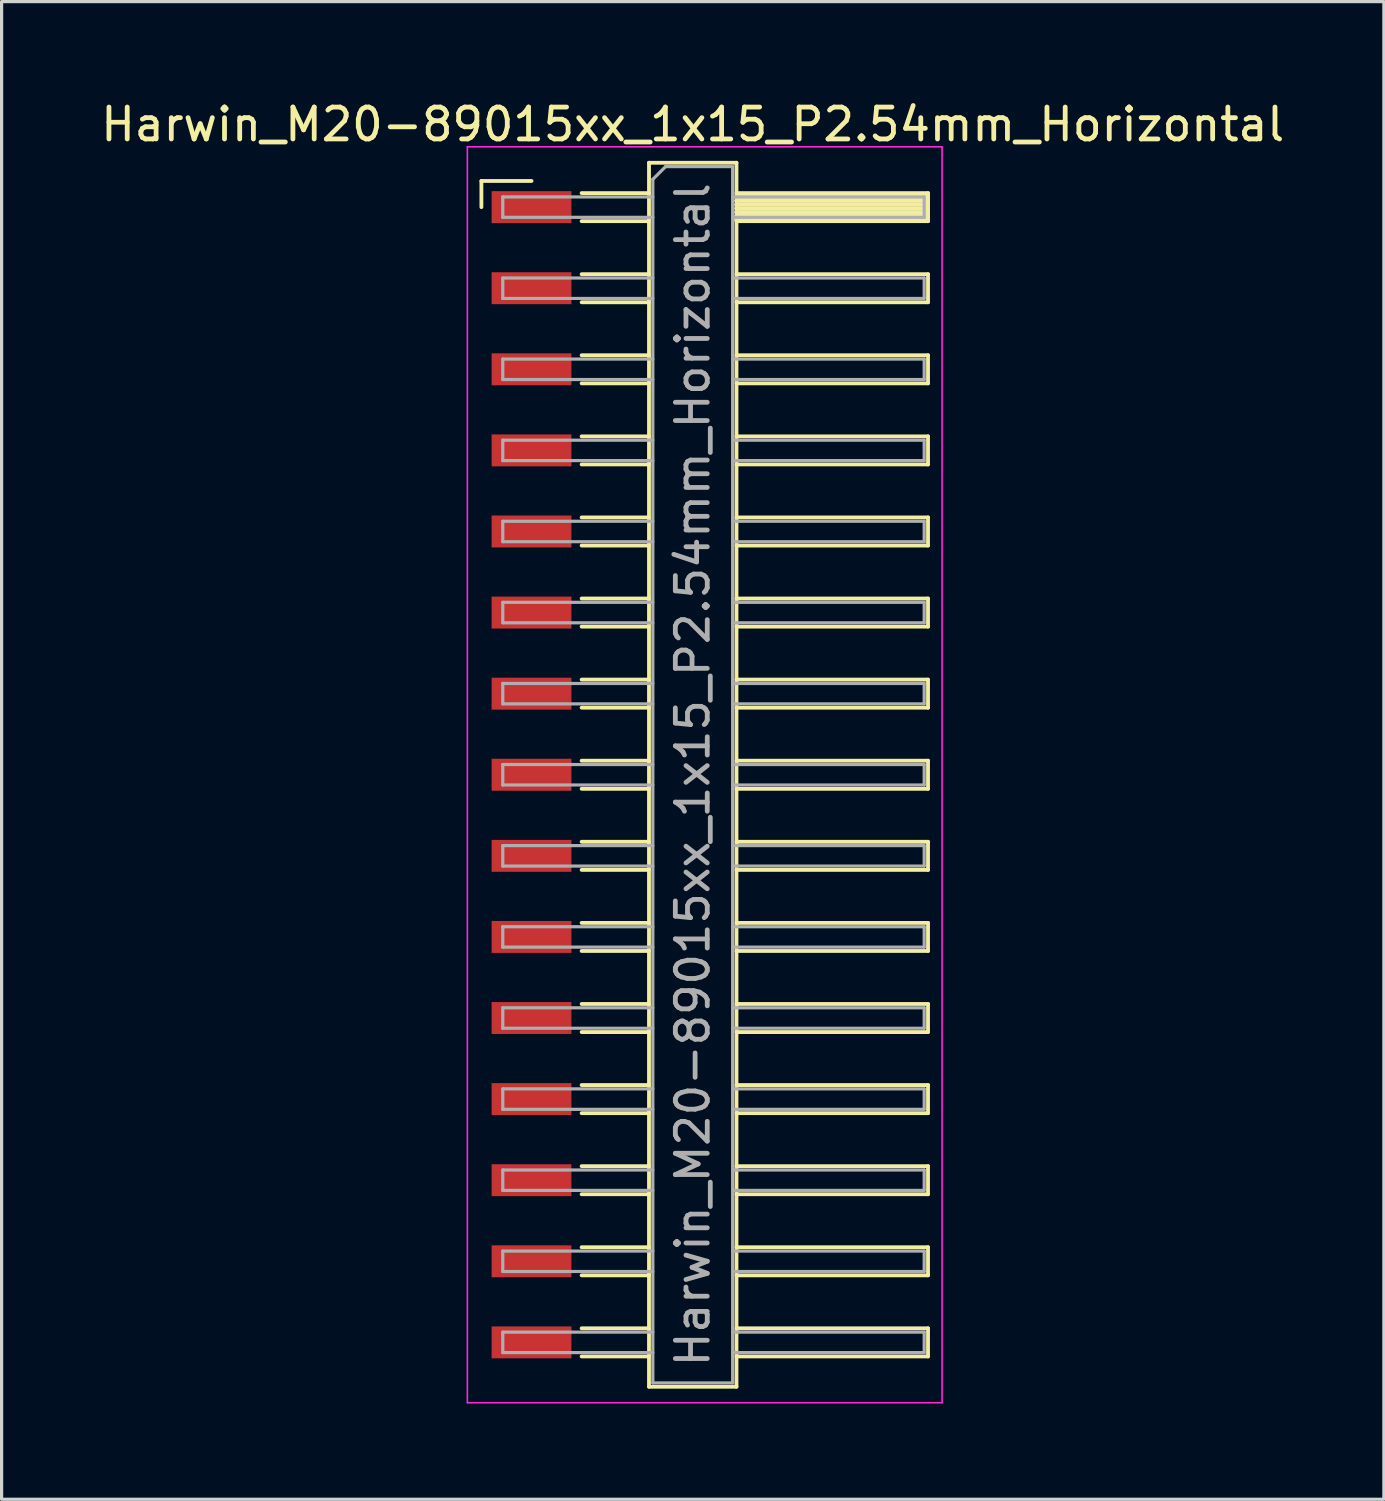
<source format=kicad_pcb>
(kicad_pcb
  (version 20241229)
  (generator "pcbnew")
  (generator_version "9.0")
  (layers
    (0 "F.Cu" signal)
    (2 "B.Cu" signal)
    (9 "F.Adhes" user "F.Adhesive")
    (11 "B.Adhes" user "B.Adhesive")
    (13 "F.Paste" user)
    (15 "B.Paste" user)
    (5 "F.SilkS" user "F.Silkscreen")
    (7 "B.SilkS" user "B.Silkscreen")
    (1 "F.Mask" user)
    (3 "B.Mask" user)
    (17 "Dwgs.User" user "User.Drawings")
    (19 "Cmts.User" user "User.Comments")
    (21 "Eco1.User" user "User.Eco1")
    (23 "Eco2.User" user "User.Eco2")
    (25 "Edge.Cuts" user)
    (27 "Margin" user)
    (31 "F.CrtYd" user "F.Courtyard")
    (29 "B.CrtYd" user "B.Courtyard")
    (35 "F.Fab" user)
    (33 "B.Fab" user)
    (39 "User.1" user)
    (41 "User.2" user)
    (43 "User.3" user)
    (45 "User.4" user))
  (footprint "Harwin_M20-89015xx_1x15_P2.54mm_Horizontal"
    (layer "F.Cu")
    (at 13.599 3.438)
    (property "Reference" "Harwin_M20-89015xx_1x15_P2.54mm_Horizontal" (at 5.05 -2.59 0) (layer "F.SilkS") (effects (font (size 1 1) (thickness 0.15))))
    (attr smd)
    (fp_line (start -1.57 -0.82) (end 0 -0.82) (stroke (width 0.12) (type solid)) (layer "F.SilkS"))
    (fp_line (start -1.57 0) (end -1.57 -0.82) (stroke (width 0.12) (type solid)) (layer "F.SilkS"))
    (fp_line (start 1.57 -0.44) (end 3.68 -0.44) (stroke (width 0.12) (type solid)) (layer "F.SilkS"))
    (fp_line (start 1.57 0.44) (end 3.68 0.44) (stroke (width 0.12) (type solid)) (layer "F.SilkS"))
    (fp_line (start 1.57 2.1) (end 3.68 2.1) (stroke (width 0.12) (type solid)) (layer "F.SilkS"))
    (fp_line (start 1.57 2.98) (end 3.68 2.98) (stroke (width 0.12) (type solid)) (layer "F.SilkS"))
    (fp_line (start 1.57 4.64) (end 3.68 4.64) (stroke (width 0.12) (type solid)) (layer "F.SilkS"))
    (fp_line (start 1.57 5.52) (end 3.68 5.52) (stroke (width 0.12) (type solid)) (layer "F.SilkS"))
    (fp_line (start 1.57 7.18) (end 3.68 7.18) (stroke (width 0.12) (type solid)) (layer "F.SilkS"))
    (fp_line (start 1.57 8.06) (end 3.68 8.06) (stroke (width 0.12) (type solid)) (layer "F.SilkS"))
    (fp_line (start 1.57 9.72) (end 3.68 9.72) (stroke (width 0.12) (type solid)) (layer "F.SilkS"))
    (fp_line (start 1.57 10.6) (end 3.68 10.6) (stroke (width 0.12) (type solid)) (layer "F.SilkS"))
    (fp_line (start 1.57 12.26) (end 3.68 12.26) (stroke (width 0.12) (type solid)) (layer "F.SilkS"))
    (fp_line (start 1.57 13.14) (end 3.68 13.14) (stroke (width 0.12) (type solid)) (layer "F.SilkS"))
    (fp_line (start 1.57 14.8) (end 3.68 14.8) (stroke (width 0.12) (type solid)) (layer "F.SilkS"))
    (fp_line (start 1.57 15.68) (end 3.68 15.68) (stroke (width 0.12) (type solid)) (layer "F.SilkS"))
    (fp_line (start 1.57 17.34) (end 3.68 17.34) (stroke (width 0.12) (type solid)) (layer "F.SilkS"))
    (fp_line (start 1.57 18.22) (end 3.68 18.22) (stroke (width 0.12) (type solid)) (layer "F.SilkS"))
    (fp_line (start 1.57 19.88) (end 3.68 19.88) (stroke (width 0.12) (type solid)) (layer "F.SilkS"))
    (fp_line (start 1.57 20.76) (end 3.68 20.76) (stroke (width 0.12) (type solid)) (layer "F.SilkS"))
    (fp_line (start 1.57 22.42) (end 3.68 22.42) (stroke (width 0.12) (type solid)) (layer "F.SilkS"))
    (fp_line (start 1.57 23.3) (end 3.68 23.3) (stroke (width 0.12) (type solid)) (layer "F.SilkS"))
    (fp_line (start 1.57 24.96) (end 3.68 24.96) (stroke (width 0.12) (type solid)) (layer "F.SilkS"))
    (fp_line (start 1.57 25.84) (end 3.68 25.84) (stroke (width 0.12) (type solid)) (layer "F.SilkS"))
    (fp_line (start 1.57 27.5) (end 3.68 27.5) (stroke (width 0.12) (type solid)) (layer "F.SilkS"))
    (fp_line (start 1.57 28.38) (end 3.68 28.38) (stroke (width 0.12) (type solid)) (layer "F.SilkS"))
    (fp_line (start 1.57 30.04) (end 3.68 30.04) (stroke (width 0.12) (type solid)) (layer "F.SilkS"))
    (fp_line (start 1.57 30.92) (end 3.68 30.92) (stroke (width 0.12) (type solid)) (layer "F.SilkS"))
    (fp_line (start 1.57 32.58) (end 3.68 32.58) (stroke (width 0.12) (type solid)) (layer "F.SilkS"))
    (fp_line (start 1.57 33.46) (end 3.68 33.46) (stroke (width 0.12) (type solid)) (layer "F.SilkS"))
    (fp_line (start 1.57 35.12) (end 3.68 35.12) (stroke (width 0.12) (type solid)) (layer "F.SilkS"))
    (fp_line (start 1.57 36) (end 3.68 36) (stroke (width 0.12) (type solid)) (layer "F.SilkS"))
    (fp_line (start 3.68 -1.39) (end 6.42 -1.39) (stroke (width 0.12) (type solid)) (layer "F.SilkS"))
    (fp_line (start 3.68 36.95) (end 3.68 -1.39) (stroke (width 0.12) (type solid)) (layer "F.SilkS"))
    (fp_line (start 6.42 -1.39) (end 6.42 36.95) (stroke (width 0.12) (type solid)) (layer "F.SilkS"))
    (fp_line (start 6.42 -0.44) (end 12.42 -0.44) (stroke (width 0.12) (type solid)) (layer "F.SilkS"))
    (fp_line (start 6.42 -0.32) (end 6.42 -0.32) (stroke (width 0.12) (type solid)) (layer "F.SilkS"))
    (fp_line (start 6.42 -0.32) (end 12.42 -0.32) (stroke (width 0.12) (type solid)) (layer "F.SilkS"))
    (fp_line (start 6.42 -0.2) (end 6.42 -0.2) (stroke (width 0.12) (type solid)) (layer "F.SilkS"))
    (fp_line (start 6.42 -0.2) (end 12.42 -0.2) (stroke (width 0.12) (type solid)) (layer "F.SilkS"))
    (fp_line (start 6.42 -0.08) (end 6.42 -0.08) (stroke (width 0.12) (type solid)) (layer "F.SilkS"))
    (fp_line (start 6.42 -0.08) (end 12.42 -0.08) (stroke (width 0.12) (type solid)) (layer "F.SilkS"))
    (fp_line (start 6.42 0.04) (end 6.42 0.04) (stroke (width 0.12) (type solid)) (layer "F.SilkS"))
    (fp_line (start 6.42 0.04) (end 12.42 0.04) (stroke (width 0.12) (type solid)) (layer "F.SilkS"))
    (fp_line (start 6.42 0.16) (end 6.42 0.16) (stroke (width 0.12) (type solid)) (layer "F.SilkS"))
    (fp_line (start 6.42 0.16) (end 12.42 0.16) (stroke (width 0.12) (type solid)) (layer "F.SilkS"))
    (fp_line (start 6.42 0.28) (end 6.42 0.28) (stroke (width 0.12) (type solid)) (layer "F.SilkS"))
    (fp_line (start 6.42 0.28) (end 12.42 0.28) (stroke (width 0.12) (type solid)) (layer "F.SilkS"))
    (fp_line (start 6.42 0.4) (end 6.42 0.4) (stroke (width 0.12) (type solid)) (layer "F.SilkS"))
    (fp_line (start 6.42 0.4) (end 12.42 0.4) (stroke (width 0.12) (type solid)) (layer "F.SilkS"))
    (fp_line (start 6.42 2.1) (end 12.42 2.1) (stroke (width 0.12) (type solid)) (layer "F.SilkS"))
    (fp_line (start 6.42 4.64) (end 12.42 4.64) (stroke (width 0.12) (type solid)) (layer "F.SilkS"))
    (fp_line (start 6.42 7.18) (end 12.42 7.18) (stroke (width 0.12) (type solid)) (layer "F.SilkS"))
    (fp_line (start 6.42 9.72) (end 12.42 9.72) (stroke (width 0.12) (type solid)) (layer "F.SilkS"))
    (fp_line (start 6.42 12.26) (end 12.42 12.26) (stroke (width 0.12) (type solid)) (layer "F.SilkS"))
    (fp_line (start 6.42 14.8) (end 12.42 14.8) (stroke (width 0.12) (type solid)) (layer "F.SilkS"))
    (fp_line (start 6.42 17.34) (end 12.42 17.34) (stroke (width 0.12) (type solid)) (layer "F.SilkS"))
    (fp_line (start 6.42 19.88) (end 12.42 19.88) (stroke (width 0.12) (type solid)) (layer "F.SilkS"))
    (fp_line (start 6.42 22.42) (end 12.42 22.42) (stroke (width 0.12) (type solid)) (layer "F.SilkS"))
    (fp_line (start 6.42 24.96) (end 12.42 24.96) (stroke (width 0.12) (type solid)) (layer "F.SilkS"))
    (fp_line (start 6.42 27.5) (end 12.42 27.5) (stroke (width 0.12) (type solid)) (layer "F.SilkS"))
    (fp_line (start 6.42 30.04) (end 12.42 30.04) (stroke (width 0.12) (type solid)) (layer "F.SilkS"))
    (fp_line (start 6.42 32.58) (end 12.42 32.58) (stroke (width 0.12) (type solid)) (layer "F.SilkS"))
    (fp_line (start 6.42 35.12) (end 12.42 35.12) (stroke (width 0.12) (type solid)) (layer "F.SilkS"))
    (fp_line (start 6.42 36.95) (end 3.68 36.95) (stroke (width 0.12) (type solid)) (layer "F.SilkS"))
    (fp_line (start 12.42 -0.44) (end 12.42 0.44) (stroke (width 0.12) (type solid)) (layer "F.SilkS"))
    (fp_line (start 12.42 -0.32) (end 6.42 -0.32) (stroke (width 0.12) (type solid)) (layer "F.SilkS"))
    (fp_line (start 12.42 -0.32) (end 12.42 -0.32) (stroke (width 0.12) (type solid)) (layer "F.SilkS"))
    (fp_line (start 12.42 -0.2) (end 6.42 -0.2) (stroke (width 0.12) (type solid)) (layer "F.SilkS"))
    (fp_line (start 12.42 -0.2) (end 12.42 -0.2) (stroke (width 0.12) (type solid)) (layer "F.SilkS"))
    (fp_line (start 12.42 -0.08) (end 6.42 -0.08) (stroke (width 0.12) (type solid)) (layer "F.SilkS"))
    (fp_line (start 12.42 -0.08) (end 12.42 -0.08) (stroke (width 0.12) (type solid)) (layer "F.SilkS"))
    (fp_line (start 12.42 0.04) (end 6.42 0.04) (stroke (width 0.12) (type solid)) (layer "F.SilkS"))
    (fp_line (start 12.42 0.04) (end 12.42 0.04) (stroke (width 0.12) (type solid)) (layer "F.SilkS"))
    (fp_line (start 12.42 0.16) (end 6.42 0.16) (stroke (width 0.12) (type solid)) (layer "F.SilkS"))
    (fp_line (start 12.42 0.16) (end 12.42 0.16) (stroke (width 0.12) (type solid)) (layer "F.SilkS"))
    (fp_line (start 12.42 0.28) (end 6.42 0.28) (stroke (width 0.12) (type solid)) (layer "F.SilkS"))
    (fp_line (start 12.42 0.28) (end 12.42 0.28) (stroke (width 0.12) (type solid)) (layer "F.SilkS"))
    (fp_line (start 12.42 0.4) (end 6.42 0.4) (stroke (width 0.12) (type solid)) (layer "F.SilkS"))
    (fp_line (start 12.42 0.4) (end 12.42 0.4) (stroke (width 0.12) (type solid)) (layer "F.SilkS"))
    (fp_line (start 12.42 0.44) (end 6.42 0.44) (stroke (width 0.12) (type solid)) (layer "F.SilkS"))
    (fp_line (start 12.42 2.1) (end 12.42 2.98) (stroke (width 0.12) (type solid)) (layer "F.SilkS"))
    (fp_line (start 12.42 2.98) (end 6.42 2.98) (stroke (width 0.12) (type solid)) (layer "F.SilkS"))
    (fp_line (start 12.42 4.64) (end 12.42 5.52) (stroke (width 0.12) (type solid)) (layer "F.SilkS"))
    (fp_line (start 12.42 5.52) (end 6.42 5.52) (stroke (width 0.12) (type solid)) (layer "F.SilkS"))
    (fp_line (start 12.42 7.18) (end 12.42 8.06) (stroke (width 0.12) (type solid)) (layer "F.SilkS"))
    (fp_line (start 12.42 8.06) (end 6.42 8.06) (stroke (width 0.12) (type solid)) (layer "F.SilkS"))
    (fp_line (start 12.42 9.72) (end 12.42 10.6) (stroke (width 0.12) (type solid)) (layer "F.SilkS"))
    (fp_line (start 12.42 10.6) (end 6.42 10.6) (stroke (width 0.12) (type solid)) (layer "F.SilkS"))
    (fp_line (start 12.42 12.26) (end 12.42 13.14) (stroke (width 0.12) (type solid)) (layer "F.SilkS"))
    (fp_line (start 12.42 13.14) (end 6.42 13.14) (stroke (width 0.12) (type solid)) (layer "F.SilkS"))
    (fp_line (start 12.42 14.8) (end 12.42 15.68) (stroke (width 0.12) (type solid)) (layer "F.SilkS"))
    (fp_line (start 12.42 15.68) (end 6.42 15.68) (stroke (width 0.12) (type solid)) (layer "F.SilkS"))
    (fp_line (start 12.42 17.34) (end 12.42 18.22) (stroke (width 0.12) (type solid)) (layer "F.SilkS"))
    (fp_line (start 12.42 18.22) (end 6.42 18.22) (stroke (width 0.12) (type solid)) (layer "F.SilkS"))
    (fp_line (start 12.42 19.88) (end 12.42 20.76) (stroke (width 0.12) (type solid)) (layer "F.SilkS"))
    (fp_line (start 12.42 20.76) (end 6.42 20.76) (stroke (width 0.12) (type solid)) (layer "F.SilkS"))
    (fp_line (start 12.42 22.42) (end 12.42 23.3) (stroke (width 0.12) (type solid)) (layer "F.SilkS"))
    (fp_line (start 12.42 23.3) (end 6.42 23.3) (stroke (width 0.12) (type solid)) (layer "F.SilkS"))
    (fp_line (start 12.42 24.96) (end 12.42 25.84) (stroke (width 0.12) (type solid)) (layer "F.SilkS"))
    (fp_line (start 12.42 25.84) (end 6.42 25.84) (stroke (width 0.12) (type solid)) (layer "F.SilkS"))
    (fp_line (start 12.42 27.5) (end 12.42 28.38) (stroke (width 0.12) (type solid)) (layer "F.SilkS"))
    (fp_line (start 12.42 28.38) (end 6.42 28.38) (stroke (width 0.12) (type solid)) (layer "F.SilkS"))
    (fp_line (start 12.42 30.04) (end 12.42 30.92) (stroke (width 0.12) (type solid)) (layer "F.SilkS"))
    (fp_line (start 12.42 30.92) (end 6.42 30.92) (stroke (width 0.12) (type solid)) (layer "F.SilkS"))
    (fp_line (start 12.42 32.58) (end 12.42 33.46) (stroke (width 0.12) (type solid)) (layer "F.SilkS"))
    (fp_line (start 12.42 33.46) (end 6.42 33.46) (stroke (width 0.12) (type solid)) (layer "F.SilkS"))
    (fp_line (start 12.42 35.12) (end 12.42 36) (stroke (width 0.12) (type solid)) (layer "F.SilkS"))
    (fp_line (start 12.42 36) (end 6.42 36) (stroke (width 0.12) (type solid)) (layer "F.SilkS"))
    (fp_line (start -2.01 -1.89) (end 12.86 -1.89) (stroke (width 0.05) (type solid)) (layer "F.CrtYd"))
    (fp_line (start -2.01 37.45) (end -2.01 -1.89) (stroke (width 0.05) (type solid)) (layer "F.CrtYd"))
    (fp_line (start 12.86 -1.89) (end 12.86 37.45) (stroke (width 0.05) (type solid)) (layer "F.CrtYd"))
    (fp_line (start 12.86 37.45) (end -2.01 37.45) (stroke (width 0.05) (type solid)) (layer "F.CrtYd"))
    (fp_line (start -0.9 -0.32) (end -0.9 0.32) (stroke (width 0.1) (type solid)) (layer "F.Fab"))
    (fp_line (start -0.9 0.32) (end 3.8 0.32) (stroke (width 0.1) (type solid)) (layer "F.Fab"))
    (fp_line (start -0.9 2.22) (end -0.9 2.86) (stroke (width 0.1) (type solid)) (layer "F.Fab"))
    (fp_line (start -0.9 2.86) (end 3.8 2.86) (stroke (width 0.1) (type solid)) (layer "F.Fab"))
    (fp_line (start -0.9 4.76) (end -0.9 5.4) (stroke (width 0.1) (type solid)) (layer "F.Fab"))
    (fp_line (start -0.9 5.4) (end 3.8 5.4) (stroke (width 0.1) (type solid)) (layer "F.Fab"))
    (fp_line (start -0.9 7.3) (end -0.9 7.94) (stroke (width 0.1) (type solid)) (layer "F.Fab"))
    (fp_line (start -0.9 7.94) (end 3.8 7.94) (stroke (width 0.1) (type solid)) (layer "F.Fab"))
    (fp_line (start -0.9 9.84) (end -0.9 10.48) (stroke (width 0.1) (type solid)) (layer "F.Fab"))
    (fp_line (start -0.9 10.48) (end 3.8 10.48) (stroke (width 0.1) (type solid)) (layer "F.Fab"))
    (fp_line (start -0.9 12.38) (end -0.9 13.02) (stroke (width 0.1) (type solid)) (layer "F.Fab"))
    (fp_line (start -0.9 13.02) (end 3.8 13.02) (stroke (width 0.1) (type solid)) (layer "F.Fab"))
    (fp_line (start -0.9 14.92) (end -0.9 15.56) (stroke (width 0.1) (type solid)) (layer "F.Fab"))
    (fp_line (start -0.9 15.56) (end 3.8 15.56) (stroke (width 0.1) (type solid)) (layer "F.Fab"))
    (fp_line (start -0.9 17.46) (end -0.9 18.1) (stroke (width 0.1) (type solid)) (layer "F.Fab"))
    (fp_line (start -0.9 18.1) (end 3.8 18.1) (stroke (width 0.1) (type solid)) (layer "F.Fab"))
    (fp_line (start -0.9 20) (end -0.9 20.64) (stroke (width 0.1) (type solid)) (layer "F.Fab"))
    (fp_line (start -0.9 20.64) (end 3.8 20.64) (stroke (width 0.1) (type solid)) (layer "F.Fab"))
    (fp_line (start -0.9 22.54) (end -0.9 23.18) (stroke (width 0.1) (type solid)) (layer "F.Fab"))
    (fp_line (start -0.9 23.18) (end 3.8 23.18) (stroke (width 0.1) (type solid)) (layer "F.Fab"))
    (fp_line (start -0.9 25.08) (end -0.9 25.72) (stroke (width 0.1) (type solid)) (layer "F.Fab"))
    (fp_line (start -0.9 25.72) (end 3.8 25.72) (stroke (width 0.1) (type solid)) (layer "F.Fab"))
    (fp_line (start -0.9 27.62) (end -0.9 28.26) (stroke (width 0.1) (type solid)) (layer "F.Fab"))
    (fp_line (start -0.9 28.26) (end 3.8 28.26) (stroke (width 0.1) (type solid)) (layer "F.Fab"))
    (fp_line (start -0.9 30.16) (end -0.9 30.8) (stroke (width 0.1) (type solid)) (layer "F.Fab"))
    (fp_line (start -0.9 30.8) (end 3.8 30.8) (stroke (width 0.1) (type solid)) (layer "F.Fab"))
    (fp_line (start -0.9 32.7) (end -0.9 33.34) (stroke (width 0.1) (type solid)) (layer "F.Fab"))
    (fp_line (start -0.9 33.34) (end 3.8 33.34) (stroke (width 0.1) (type solid)) (layer "F.Fab"))
    (fp_line (start -0.9 35.24) (end -0.9 35.88) (stroke (width 0.1) (type solid)) (layer "F.Fab"))
    (fp_line (start -0.9 35.88) (end 3.8 35.88) (stroke (width 0.1) (type solid)) (layer "F.Fab"))
    (fp_line (start 3.8 -0.87) (end 4.2 -1.27) (stroke (width 0.1) (type solid)) (layer "F.Fab"))
    (fp_line (start 3.8 -0.32) (end -0.9 -0.32) (stroke (width 0.1) (type solid)) (layer "F.Fab"))
    (fp_line (start 3.8 2.22) (end -0.9 2.22) (stroke (width 0.1) (type solid)) (layer "F.Fab"))
    (fp_line (start 3.8 4.76) (end -0.9 4.76) (stroke (width 0.1) (type solid)) (layer "F.Fab"))
    (fp_line (start 3.8 7.3) (end -0.9 7.3) (stroke (width 0.1) (type solid)) (layer "F.Fab"))
    (fp_line (start 3.8 9.84) (end -0.9 9.84) (stroke (width 0.1) (type solid)) (layer "F.Fab"))
    (fp_line (start 3.8 12.38) (end -0.9 12.38) (stroke (width 0.1) (type solid)) (layer "F.Fab"))
    (fp_line (start 3.8 14.92) (end -0.9 14.92) (stroke (width 0.1) (type solid)) (layer "F.Fab"))
    (fp_line (start 3.8 17.46) (end -0.9 17.46) (stroke (width 0.1) (type solid)) (layer "F.Fab"))
    (fp_line (start 3.8 20) (end -0.9 20) (stroke (width 0.1) (type solid)) (layer "F.Fab"))
    (fp_line (start 3.8 22.54) (end -0.9 22.54) (stroke (width 0.1) (type solid)) (layer "F.Fab"))
    (fp_line (start 3.8 25.08) (end -0.9 25.08) (stroke (width 0.1) (type solid)) (layer "F.Fab"))
    (fp_line (start 3.8 27.62) (end -0.9 27.62) (stroke (width 0.1) (type solid)) (layer "F.Fab"))
    (fp_line (start 3.8 30.16) (end -0.9 30.16) (stroke (width 0.1) (type solid)) (layer "F.Fab"))
    (fp_line (start 3.8 32.7) (end -0.9 32.7) (stroke (width 0.1) (type solid)) (layer "F.Fab"))
    (fp_line (start 3.8 35.24) (end -0.9 35.24) (stroke (width 0.1) (type solid)) (layer "F.Fab"))
    (fp_line (start 3.8 36.83) (end 3.8 -0.87) (stroke (width 0.1) (type solid)) (layer "F.Fab"))
    (fp_line (start 4.2 -1.27) (end 6.3 -1.27) (stroke (width 0.1) (type solid)) (layer "F.Fab"))
    (fp_line (start 6.3 -1.27) (end 6.3 36.83) (stroke (width 0.1) (type solid)) (layer "F.Fab"))
    (fp_line (start 6.3 -0.32) (end 12.3 -0.32) (stroke (width 0.1) (type solid)) (layer "F.Fab"))
    (fp_line (start 6.3 2.22) (end 12.3 2.22) (stroke (width 0.1) (type solid)) (layer "F.Fab"))
    (fp_line (start 6.3 4.76) (end 12.3 4.76) (stroke (width 0.1) (type solid)) (layer "F.Fab"))
    (fp_line (start 6.3 7.3) (end 12.3 7.3) (stroke (width 0.1) (type solid)) (layer "F.Fab"))
    (fp_line (start 6.3 9.84) (end 12.3 9.84) (stroke (width 0.1) (type solid)) (layer "F.Fab"))
    (fp_line (start 6.3 12.38) (end 12.3 12.38) (stroke (width 0.1) (type solid)) (layer "F.Fab"))
    (fp_line (start 6.3 14.92) (end 12.3 14.92) (stroke (width 0.1) (type solid)) (layer "F.Fab"))
    (fp_line (start 6.3 17.46) (end 12.3 17.46) (stroke (width 0.1) (type solid)) (layer "F.Fab"))
    (fp_line (start 6.3 20) (end 12.3 20) (stroke (width 0.1) (type solid)) (layer "F.Fab"))
    (fp_line (start 6.3 22.54) (end 12.3 22.54) (stroke (width 0.1) (type solid)) (layer "F.Fab"))
    (fp_line (start 6.3 25.08) (end 12.3 25.08) (stroke (width 0.1) (type solid)) (layer "F.Fab"))
    (fp_line (start 6.3 27.62) (end 12.3 27.62) (stroke (width 0.1) (type solid)) (layer "F.Fab"))
    (fp_line (start 6.3 30.16) (end 12.3 30.16) (stroke (width 0.1) (type solid)) (layer "F.Fab"))
    (fp_line (start 6.3 32.7) (end 12.3 32.7) (stroke (width 0.1) (type solid)) (layer "F.Fab"))
    (fp_line (start 6.3 35.24) (end 12.3 35.24) (stroke (width 0.1) (type solid)) (layer "F.Fab"))
    (fp_line (start 6.3 36.83) (end 3.8 36.83) (stroke (width 0.1) (type solid)) (layer "F.Fab"))
    (fp_line (start 12.3 -0.32) (end 12.3 0.32) (stroke (width 0.1) (type solid)) (layer "F.Fab"))
    (fp_line (start 12.3 0.32) (end 6.3 0.32) (stroke (width 0.1) (type solid)) (layer "F.Fab"))
    (fp_line (start 12.3 2.22) (end 12.3 2.86) (stroke (width 0.1) (type solid)) (layer "F.Fab"))
    (fp_line (start 12.3 2.86) (end 6.3 2.86) (stroke (width 0.1) (type solid)) (layer "F.Fab"))
    (fp_line (start 12.3 4.76) (end 12.3 5.4) (stroke (width 0.1) (type solid)) (layer "F.Fab"))
    (fp_line (start 12.3 5.4) (end 6.3 5.4) (stroke (width 0.1) (type solid)) (layer "F.Fab"))
    (fp_line (start 12.3 7.3) (end 12.3 7.94) (stroke (width 0.1) (type solid)) (layer "F.Fab"))
    (fp_line (start 12.3 7.94) (end 6.3 7.94) (stroke (width 0.1) (type solid)) (layer "F.Fab"))
    (fp_line (start 12.3 9.84) (end 12.3 10.48) (stroke (width 0.1) (type solid)) (layer "F.Fab"))
    (fp_line (start 12.3 10.48) (end 6.3 10.48) (stroke (width 0.1) (type solid)) (layer "F.Fab"))
    (fp_line (start 12.3 12.38) (end 12.3 13.02) (stroke (width 0.1) (type solid)) (layer "F.Fab"))
    (fp_line (start 12.3 13.02) (end 6.3 13.02) (stroke (width 0.1) (type solid)) (layer "F.Fab"))
    (fp_line (start 12.3 14.92) (end 12.3 15.56) (stroke (width 0.1) (type solid)) (layer "F.Fab"))
    (fp_line (start 12.3 15.56) (end 6.3 15.56) (stroke (width 0.1) (type solid)) (layer "F.Fab"))
    (fp_line (start 12.3 17.46) (end 12.3 18.1) (stroke (width 0.1) (type solid)) (layer "F.Fab"))
    (fp_line (start 12.3 18.1) (end 6.3 18.1) (stroke (width 0.1) (type solid)) (layer "F.Fab"))
    (fp_line (start 12.3 20) (end 12.3 20.64) (stroke (width 0.1) (type solid)) (layer "F.Fab"))
    (fp_line (start 12.3 20.64) (end 6.3 20.64) (stroke (width 0.1) (type solid)) (layer "F.Fab"))
    (fp_line (start 12.3 22.54) (end 12.3 23.18) (stroke (width 0.1) (type solid)) (layer "F.Fab"))
    (fp_line (start 12.3 23.18) (end 6.3 23.18) (stroke (width 0.1) (type solid)) (layer "F.Fab"))
    (fp_line (start 12.3 25.08) (end 12.3 25.72) (stroke (width 0.1) (type solid)) (layer "F.Fab"))
    (fp_line (start 12.3 25.72) (end 6.3 25.72) (stroke (width 0.1) (type solid)) (layer "F.Fab"))
    (fp_line (start 12.3 27.62) (end 12.3 28.26) (stroke (width 0.1) (type solid)) (layer "F.Fab"))
    (fp_line (start 12.3 28.26) (end 6.3 28.26) (stroke (width 0.1) (type solid)) (layer "F.Fab"))
    (fp_line (start 12.3 30.16) (end 12.3 30.8) (stroke (width 0.1) (type solid)) (layer "F.Fab"))
    (fp_line (start 12.3 30.8) (end 6.3 30.8) (stroke (width 0.1) (type solid)) (layer "F.Fab"))
    (fp_line (start 12.3 32.7) (end 12.3 33.34) (stroke (width 0.1) (type solid)) (layer "F.Fab"))
    (fp_line (start 12.3 33.34) (end 6.3 33.34) (stroke (width 0.1) (type solid)) (layer "F.Fab"))
    (fp_line (start 12.3 35.24) (end 12.3 35.88) (stroke (width 0.1) (type solid)) (layer "F.Fab"))
    (fp_line (start 12.3 35.88) (end 6.3 35.88) (stroke (width 0.1) (type solid)) (layer "F.Fab"))
    (fp_text user "${REFERENCE}" (at 5.05 17.78 90) (layer "F.Fab") (effects (font (size 1 1) (thickness 0.15))))
    (pad "1" smd rect (at 0 0) (size 2.5 1) (layers "F.Cu" "F.Mask" "F.Paste"))
    (pad "2" smd rect (at 0 2.54) (size 2.5 1) (layers "F.Cu" "F.Mask" "F.Paste"))
    (pad "3" smd rect (at 0 5.08) (size 2.5 1) (layers "F.Cu" "F.Mask" "F.Paste"))
    (pad "4" smd rect (at 0 7.62) (size 2.5 1) (layers "F.Cu" "F.Mask" "F.Paste"))
    (pad "5" smd rect (at 0 10.16) (size 2.5 1) (layers "F.Cu" "F.Mask" "F.Paste"))
    (pad "6" smd rect (at 0 12.7) (size 2.5 1) (layers "F.Cu" "F.Mask" "F.Paste"))
    (pad "7" smd rect (at 0 15.24) (size 2.5 1) (layers "F.Cu" "F.Mask" "F.Paste"))
    (pad "8" smd rect (at 0 17.78) (size 2.5 1) (layers "F.Cu" "F.Mask" "F.Paste"))
    (pad "9" smd rect (at 0 20.32) (size 2.5 1) (layers "F.Cu" "F.Mask" "F.Paste"))
    (pad "10" smd rect (at 0 22.86) (size 2.5 1) (layers "F.Cu" "F.Mask" "F.Paste"))
    (pad "11" smd rect (at 0 25.4) (size 2.5 1) (layers "F.Cu" "F.Mask" "F.Paste"))
    (pad "12" smd rect (at 0 27.94) (size 2.5 1) (layers "F.Cu" "F.Mask" "F.Paste"))
    (pad "13" smd rect (at 0 30.48) (size 2.5 1) (layers "F.Cu" "F.Mask" "F.Paste"))
    (pad "14" smd rect (at 0 33.02) (size 2.5 1) (layers "F.Cu" "F.Mask" "F.Paste"))
    (pad "15" smd rect (at 0 35.56) (size 2.5 1) (layers "F.Cu" "F.Mask" "F.Paste")))
  (gr_rect
    (start -3 -3)
    (end 40.298 43.913)
    (stroke (width 0.1) (type default))
    (fill no)
    (layer "Edge.Cuts")))
</source>
